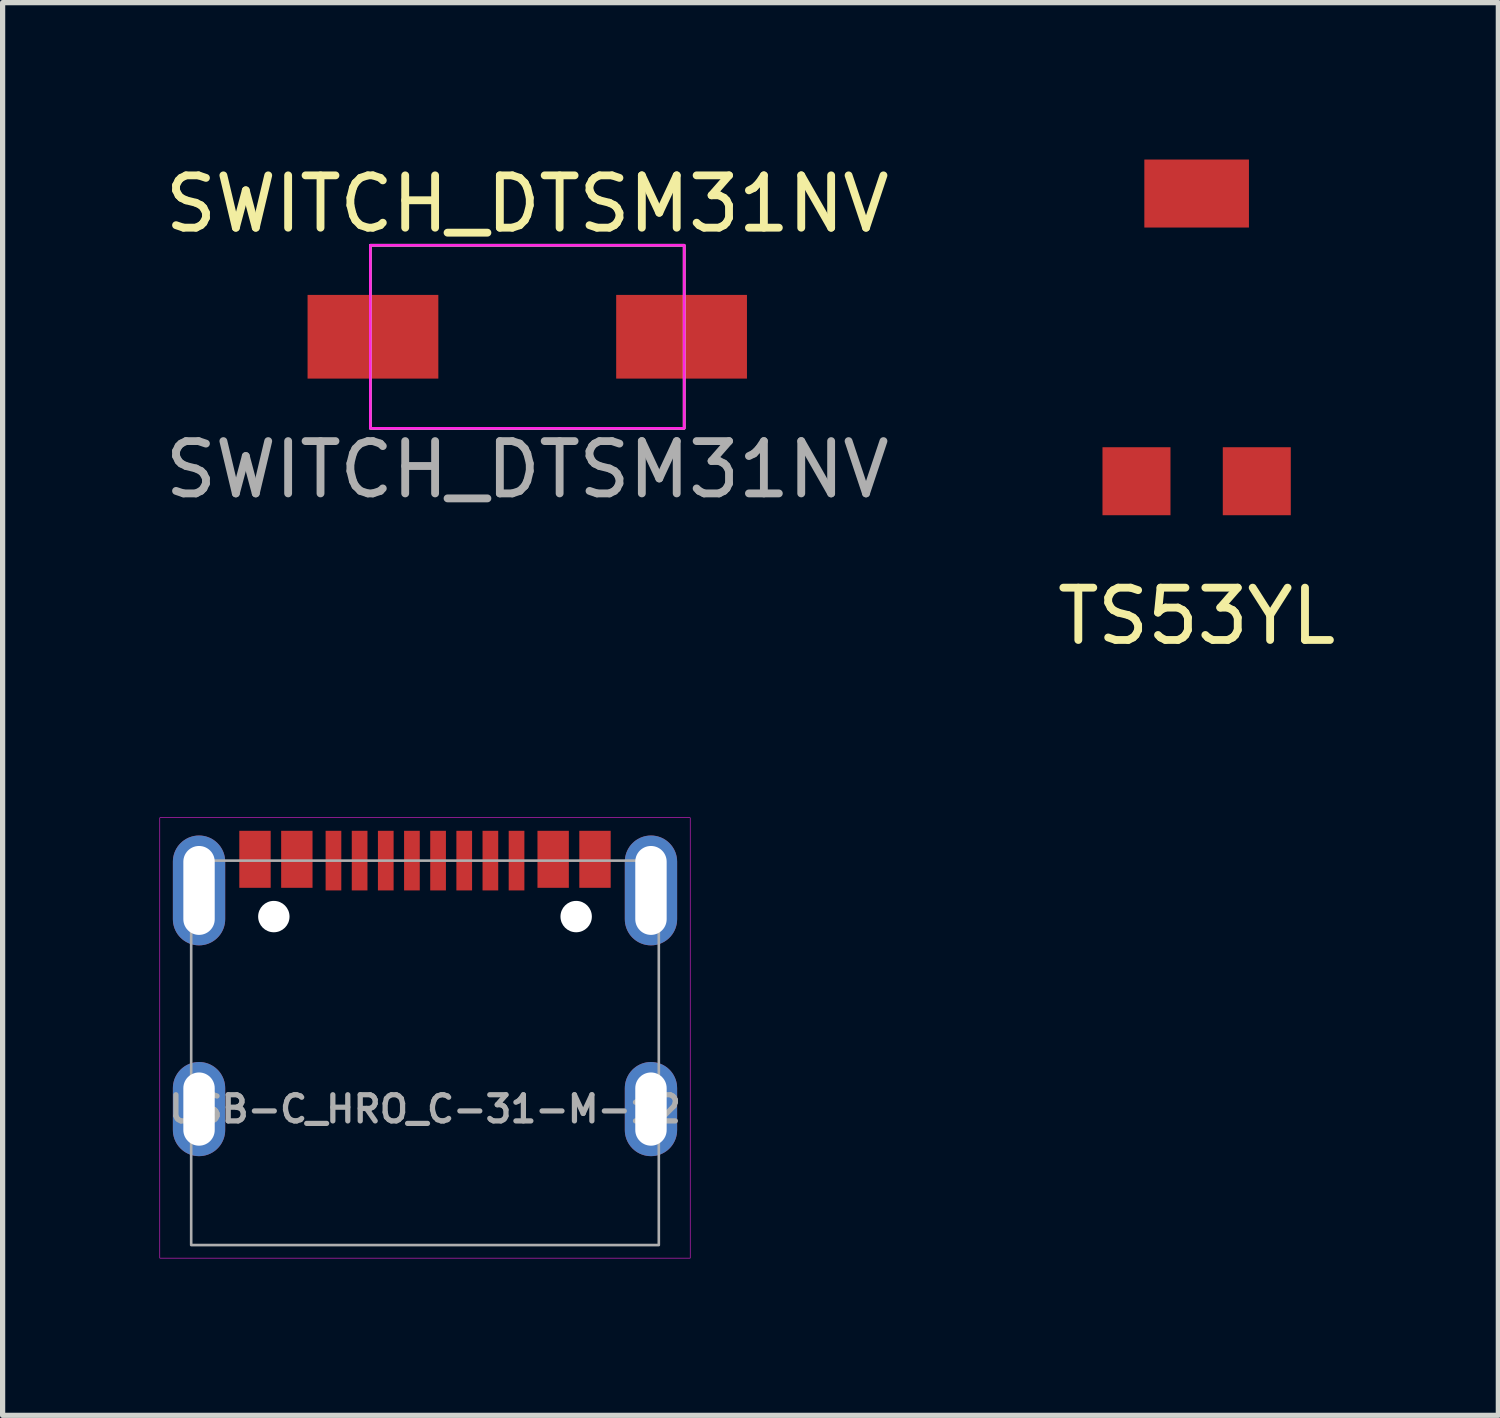
<source format=kicad_pcb>
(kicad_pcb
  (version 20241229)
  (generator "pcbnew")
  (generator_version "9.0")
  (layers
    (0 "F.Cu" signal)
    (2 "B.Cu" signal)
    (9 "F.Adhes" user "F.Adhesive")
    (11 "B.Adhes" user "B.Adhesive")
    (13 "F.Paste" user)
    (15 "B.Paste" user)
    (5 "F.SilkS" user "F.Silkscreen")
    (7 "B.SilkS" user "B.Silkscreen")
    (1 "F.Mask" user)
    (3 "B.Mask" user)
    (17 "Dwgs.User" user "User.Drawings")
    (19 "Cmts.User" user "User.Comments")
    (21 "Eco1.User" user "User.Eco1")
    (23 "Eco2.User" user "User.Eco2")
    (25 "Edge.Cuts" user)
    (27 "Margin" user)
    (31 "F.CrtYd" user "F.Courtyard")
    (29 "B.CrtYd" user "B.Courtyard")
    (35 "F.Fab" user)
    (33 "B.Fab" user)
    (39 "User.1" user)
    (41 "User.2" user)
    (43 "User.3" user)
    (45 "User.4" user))
  (footprint "USB-C_HRO_C-31-M-12"
    (layer "F.Cu")
    (at 5.075 18.153)
    (property "Reference" "USB-C_HRO_C-31-M-12" (at 0 0 0) (layer "F.Fab") (effects (font (size 0.5 0.5) (thickness 0.1))))
    (attr smd)
    (fp_rect (start -5.07 -5.57) (end 5.07 2.85) (stroke (width 0.01) (type solid)) (fill no) (layer "F.CrtYd"))
    (fp_rect (start -4.47 -4.75) (end 4.47 2.6) (stroke (width 0.05) (type solid)) (fill no) (layer "F.Fab"))
    (pad "" np_thru_hole circle (at -2.89 -3.68 180) (size 0.6 0.6) (drill 0.6) (layers "*.Cu" "*.Mask"))
    (pad "" np_thru_hole circle (at 2.89 -3.68 180) (size 0.6 0.6) (drill 0.6) (layers "*.Cu" "*.Mask"))
    (pad "A1-B12" smd rect (at -3.25 -4.775) (size 0.6 1.09) (layers "F.Cu" "F.Mask" "F.Paste"))
    (pad "A4-B9" smd rect (at -2.45 -4.775) (size 0.6 1.09) (layers "F.Cu" "F.Mask" "F.Paste"))
    (pad "A5" smd rect (at -1.25 -4.75) (size 0.3 1.14) (layers "F.Cu" "F.Mask" "F.Paste"))
    (pad "A6" smd rect (at -0.25 -4.75) (size 0.3 1.14) (layers "F.Cu" "F.Mask" "F.Paste"))
    (pad "A7" smd rect (at 0.25 -4.75) (size 0.3 1.14) (layers "F.Cu" "F.Mask" "F.Paste"))
    (pad "A8" smd rect (at 1.25 -4.75) (size 0.3 1.14) (layers "F.Cu" "F.Mask" "F.Paste"))
    (pad "B1-A12" smd rect (at 3.25 -4.775) (size 0.6 1.09) (layers "F.Cu" "F.Mask" "F.Paste"))
    (pad "B4-A9" smd rect (at 2.45 -4.775) (size 0.6 1.09) (layers "F.Cu" "F.Mask" "F.Paste"))
    (pad "B5" smd rect (at 1.75 -4.75) (size 0.3 1.14) (layers "F.Cu" "F.Mask" "F.Paste"))
    (pad "B6" smd rect (at 0.75 -4.75) (size 0.3 1.14) (layers "F.Cu" "F.Mask" "F.Paste"))
    (pad "B7" smd rect (at -0.75 -4.75) (size 0.3 1.14) (layers "F.Cu" "F.Mask" "F.Paste"))
    (pad "B8" smd rect (at -1.75 -4.75) (size 0.3 1.14) (layers "F.Cu" "F.Mask" "F.Paste"))
    (pad "S" thru_hole oval (at -4.32 -4.18) (size 1 2.1) (drill oval 0.6 1.7) (layers "*.Cu" "*.Mask" "F.Paste"))
    (pad "S" thru_hole oval (at -4.32 0) (size 1 1.8) (drill oval 0.6 1.4) (layers "*.Cu" "*.Mask" "F.Paste"))
    (pad "S" thru_hole oval (at 4.32 -4.18) (size 1 2.1) (drill oval 0.6 1.7) (layers "*.Cu" "*.Mask" "F.Paste"))
    (pad "S" thru_hole oval (at 4.32 0) (size 1 1.8) (drill oval 0.6 1.4) (layers "*.Cu" "*.Mask" "F.Paste")))
  (footprint "TS53YL"
    (layer "F.Cu")
    (at 19.827 3.65)
    (property "Reference" "TS53YL" (at 0 5.08 0) (layer "F.SilkS") (effects (font (size 1 1) (thickness 0.15))))
    (attr through_hole)
    (pad "1" smd rect (at 1.15 2.5) (size 1.3 1.3) (layers "F.Cu" "F.Mask" "F.Paste"))
    (pad "2" smd rect (at 0 -3) (size 2 1.3) (layers "F.Cu" "F.Mask" "F.Paste"))
    (pad "3" smd rect (at -1.15 2.5) (size 1.3 1.3) (layers "F.Cu" "F.Mask" "F.Paste")))
  (footprint "SWITCH_DTSM31NV"
    (layer "F.Cu")
    (at 7.03 3.388)
    (property "Reference" "SWITCH_DTSM31NV" (at 0 -2.54 0) (unlocked yes) (layer "F.SilkS") (effects (font (size 1 1) (thickness 0.15))))
    (attr smd)
    (fp_rect (start -3 -1.75) (end 3 1.75) (stroke (width 0.05) (type default)) (fill no) (layer "F.SilkS"))
    (fp_rect (start -3 -1.75) (end 3 1.75) (stroke (width 0.05) (type default)) (fill no) (layer "F.CrtYd"))
    (fp_rect (start -3 -1.75) (end 3 1.75) (stroke (width 0.05) (type default)) (fill no) (layer "F.Fab"))
    (fp_text user "${REFERENCE}" (at 0 2.54 0) (unlocked yes) (layer "F.Fab") (effects (font (size 1 1) (thickness 0.15))))
    (pad "1" smd rect (at -2.95 0) (size 2.5 1.6) (layers "F.Cu" "F.Mask" "F.Paste"))
    (pad "2" smd rect (at 2.95 0) (size 2.5 1.6) (layers "F.Cu" "F.Mask" "F.Paste")))
  (gr_rect
    (start -3 -3)
    (end 25.595 24.008)
    (stroke (width 0.1) (type default))
    (fill no)
    (layer "Edge.Cuts")))
</source>
